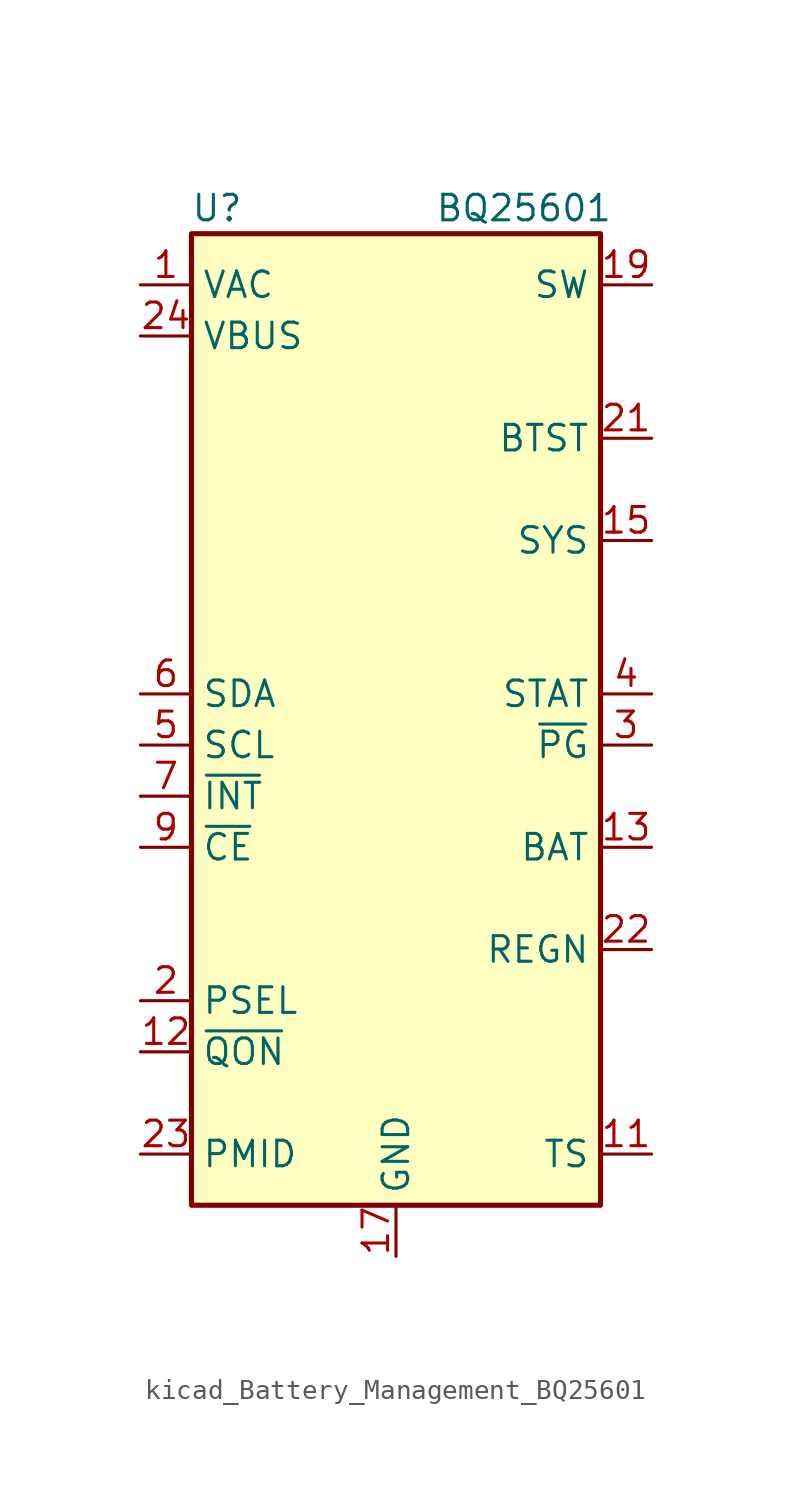
<source format=kicad_sym>
(kicad_symbol_lib
  (version 20220914)
  (generator kicad_symbol_editor)
  (symbol "kicad_Battery_Management_BQ25601"
    (property "Reference" "U"
      (at -8.89 26.67 0)
      (effects (font (size 1.27 1.27))))
    (property "Value" "BQ25601"
      (at 6.35 26.67 0)
      (effects (font (size 1.27 1.27))))
    (symbol "kicad_Battery_Management_BQ25601_0_1"
      (rectangle (start -10.16 -22.86) (end 10.16 25.4) (stroke (width 0.254) (type default)) (fill (type background))))
    (symbol "kicad_Battery_Management_BQ25601_1_1"
      (pin input line (at -12.7 22.86 0) (length 2.54) (name "VAC" (effects (font (size 1.27 1.27)))) (number "1" (effects (font (size 1.27 1.27)))))
      (pin no_connect line (at -10.16 12.7 0) (length 2.54) hide (name "NC" (effects (font (size 1.27 1.27)))) (number "10" (effects (font (size 1.27 1.27)))))
      (pin passive line (at 12.7 -20.32 180) (length 2.54) (name "TS" (effects (font (size 1.27 1.27)))) (number "11" (effects (font (size 1.27 1.27)))))
      (pin input line (at -12.7 -15.24 0) (length 2.54) (name "~{QON}" (effects (font (size 1.27 1.27)))) (number "12" (effects (font (size 1.27 1.27)))))
      (pin power_in line (at 12.7 -5.08 180) (length 2.54) (name "BAT" (effects (font (size 1.27 1.27)))) (number "13" (effects (font (size 1.27 1.27)))))
      (pin passive line (at 12.7 -5.08 180) (length 2.54) hide (name "BAT" (effects (font (size 1.27 1.27)))) (number "14" (effects (font (size 1.27 1.27)))))
      (pin passive line (at 12.7 10.16 180) (length 2.54) (name "SYS" (effects (font (size 1.27 1.27)))) (number "15" (effects (font (size 1.27 1.27)))))
      (pin passive line (at 12.7 10.16 180) (length 2.54) hide (name "SYS" (effects (font (size 1.27 1.27)))) (number "16" (effects (font (size 1.27 1.27)))))
      (pin power_in line (at 0 -25.4 90) (length 2.54) (name "GND" (effects (font (size 1.27 1.27)))) (number "17" (effects (font (size 1.27 1.27)))))
      (pin passive line (at 0 -25.4 90) (length 2.54) hide (name "GND" (effects (font (size 1.27 1.27)))) (number "18" (effects (font (size 1.27 1.27)))))
      (pin passive line (at 12.7 22.86 180) (length 2.54) (name "SW" (effects (font (size 1.27 1.27)))) (number "19" (effects (font (size 1.27 1.27)))))
      (pin input line (at -12.7 -12.7 0) (length 2.54) (name "PSEL" (effects (font (size 1.27 1.27)))) (number "2" (effects (font (size 1.27 1.27)))))
      (pin passive line (at 12.7 22.86 180) (length 2.54) hide (name "SW" (effects (font (size 1.27 1.27)))) (number "20" (effects (font (size 1.27 1.27)))))
      (pin input line (at 12.7 15.24 180) (length 2.54) (name "BTST" (effects (font (size 1.27 1.27)))) (number "21" (effects (font (size 1.27 1.27)))))
      (pin passive line (at 12.7 -10.16 180) (length 2.54) (name "REGN" (effects (font (size 1.27 1.27)))) (number "22" (effects (font (size 1.27 1.27)))))
      (pin passive line (at -12.7 -20.32 0) (length 2.54) (name "PMID" (effects (font (size 1.27 1.27)))) (number "23" (effects (font (size 1.27 1.27)))))
      (pin power_in line (at -12.7 20.32 0) (length 2.54) (name "VBUS" (effects (font (size 1.27 1.27)))) (number "24" (effects (font (size 1.27 1.27)))))
      (pin passive line (at 0 -25.4 90) (length 2.54) hide (name "GND" (effects (font (size 1.27 1.27)))) (number "25" (effects (font (size 1.27 1.27)))))
      (pin open_collector line (at 12.7 0 180) (length 2.54) (name "~{PG}" (effects (font (size 1.27 1.27)))) (number "3" (effects (font (size 1.27 1.27)))))
      (pin open_collector line (at 12.7 2.54 180) (length 2.54) (name "STAT" (effects (font (size 1.27 1.27)))) (number "4" (effects (font (size 1.27 1.27)))))
      (pin input line (at -12.7 0 0) (length 2.54) (name "SCL" (effects (font (size 1.27 1.27)))) (number "5" (effects (font (size 1.27 1.27)))))
      (pin bidirectional line (at -12.7 2.54 0) (length 2.54) (name "SDA" (effects (font (size 1.27 1.27)))) (number "6" (effects (font (size 1.27 1.27)))))
      (pin open_collector line (at -12.7 -2.54 0) (length 2.54) (name "~{INT}" (effects (font (size 1.27 1.27)))) (number "7" (effects (font (size 1.27 1.27)))))
      (pin no_connect line (at -10.16 15.24 0) (length 2.54) hide (name "NC" (effects (font (size 1.27 1.27)))) (number "8" (effects (font (size 1.27 1.27)))))
      (pin input line (at -12.7 -5.08 0) (length 2.54) (name "~{CE}" (effects (font (size 1.27 1.27)))) (number "9" (effects (font (size 1.27 1.27))))))))
</source>
